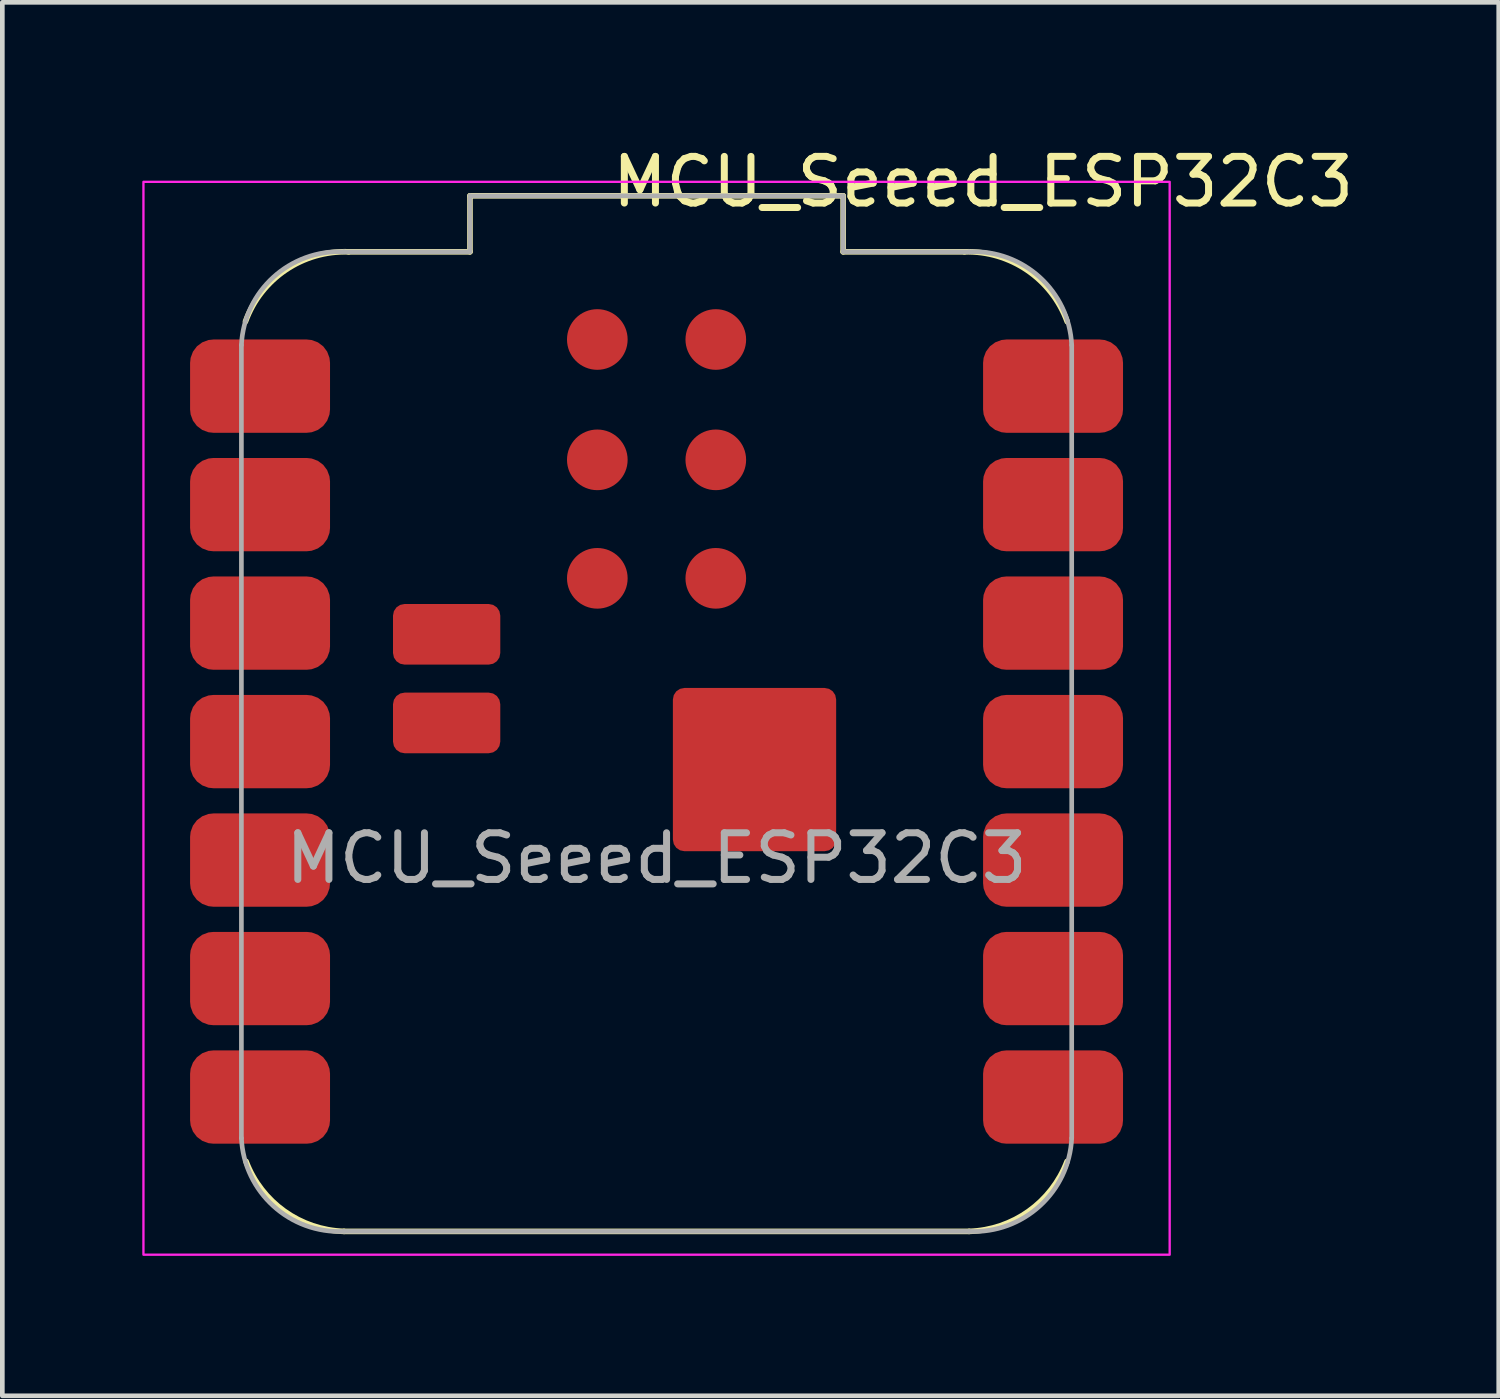
<source format=kicad_pcb>
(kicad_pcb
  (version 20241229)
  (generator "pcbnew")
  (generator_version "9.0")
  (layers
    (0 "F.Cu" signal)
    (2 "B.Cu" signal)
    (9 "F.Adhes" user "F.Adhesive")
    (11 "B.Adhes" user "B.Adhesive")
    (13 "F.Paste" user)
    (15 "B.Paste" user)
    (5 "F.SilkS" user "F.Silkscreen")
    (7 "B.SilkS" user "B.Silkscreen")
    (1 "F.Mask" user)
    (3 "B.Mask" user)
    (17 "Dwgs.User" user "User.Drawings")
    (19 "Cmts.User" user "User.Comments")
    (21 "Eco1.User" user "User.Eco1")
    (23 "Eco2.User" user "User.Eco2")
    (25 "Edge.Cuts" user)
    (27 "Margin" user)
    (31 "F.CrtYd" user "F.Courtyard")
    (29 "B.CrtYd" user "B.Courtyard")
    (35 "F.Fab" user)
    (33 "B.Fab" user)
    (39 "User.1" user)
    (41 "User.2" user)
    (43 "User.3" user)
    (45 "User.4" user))
  (footprint "MCU_Seeed_ESP32C3"
    (layer "F.Cu")
    (at 11.025 12.848)
    (property "Reference" "MCU_Seeed_ESP32C3" (at 7 -12 0) (unlocked yes) (layer "F.SilkS") (effects (font (size 1 1) (thickness 0.15))))
    (attr smd)
    (fp_line (start -6.7 10.5) (end 6.7 10.5) (stroke (width 0.12) (type default)) (layer "F.SilkS"))
    (fp_line (start -4 -11.7) (end 4 -11.7) (stroke (width 0.12) (type default)) (layer "F.SilkS"))
    (fp_line (start -4 -10.5) (end -6.6 -10.5) (stroke (width 0.12) (type default)) (layer "F.SilkS"))
    (fp_line (start -4 -10.5) (end -4 -11.7) (stroke (width 0.12) (type default)) (layer "F.SilkS"))
    (fp_line (start 4 -11.7) (end 4 -10.5) (stroke (width 0.12) (type default)) (layer "F.SilkS"))
    (fp_line (start 6.6 -10.5) (end 4 -10.5) (stroke (width 0.12) (type default)) (layer "F.SilkS"))
    (fp_arc (start -8.812892 -9.00468) (mid -7.949609 -10.111769) (end -6.600468 -10.499999) (stroke (width 0.12) (type default)) (layer "F.SilkS"))
    (fp_arc (start -6.7 10.5) (mid -7.977232 10.068125) (end -8.8 9) (stroke (width 0.12) (type default)) (layer "F.SilkS"))
    (fp_arc (start 6.6 -10.499999) (mid 7.944325 -10.107116) (end 8.804034 -9.001464) (stroke (width 0.12) (type default)) (layer "F.SilkS"))
    (fp_arc (start 8.8 9) (mid 7.977232 10.068125) (end 6.7 10.5) (stroke (width 0.12) (type default)) (layer "F.SilkS"))
    (fp_rect (start -11 -12) (end 11 11) (stroke (width 0.05) (type default)) (fill no) (layer "F.CrtYd"))
    (fp_line (start -8.9 8.5) (end -8.9 -8.5) (stroke (width 0.1) (type default)) (layer "F.Fab"))
    (fp_line (start -6.7 -10.5) (end -4 -10.5) (stroke (width 0.1) (type default)) (layer "F.Fab"))
    (fp_line (start -4 -11.7) (end 4 -11.7) (stroke (width 0.1) (type default)) (layer "F.Fab"))
    (fp_line (start -4 -10.5) (end -4 -11.7) (stroke (width 0.1) (type default)) (layer "F.Fab"))
    (fp_line (start 4 -11.7) (end 4 -10.5) (stroke (width 0.1) (type default)) (layer "F.Fab"))
    (fp_line (start 4 -10.5) (end 6.7 -10.5) (stroke (width 0.1) (type default)) (layer "F.Fab"))
    (fp_line (start 6.7 10.5) (end -6.7 10.5) (stroke (width 0.1) (type default)) (layer "F.Fab"))
    (fp_line (start 8.9 -8.5) (end 8.9 8.5) (stroke (width 0.1) (type default)) (layer "F.Fab"))
    (fp_arc (start -8.9 -8.5) (mid -8.214214 -9.955635) (end -6.7 -10.5) (stroke (width 0.1) (type default)) (layer "F.Fab"))
    (fp_arc (start -6.7 10.5) (mid -8.214214 9.955635) (end -8.9 8.5) (stroke (width 0.1) (type default)) (layer "F.Fab"))
    (fp_arc (start 6.7 -10.499999) (mid 8.214695 -9.954472) (end 8.9 -8.497676) (stroke (width 0.1) (type default)) (layer "F.Fab"))
    (fp_arc (start 8.9 8.5) (mid 8.214214 9.955635) (end 6.7 10.5) (stroke (width 0.1) (type default)) (layer "F.Fab"))
    (fp_text user "${REFERENCE}" (at 0 2.5 0) (unlocked yes) (layer "F.Fab") (effects (font (size 1 1) (thickness 0.15))))
    (pad "" smd roundrect (at 1.1 -0.4) (size 1.5 1.5) (property pad_prop_heatsink) (layers "F.Paste") (roundrect_rratio 0.167))
    (pad "" smd roundrect (at 1.1 1.6) (size 1.5 1.5) (property pad_prop_heatsink) (layers "F.Paste") (roundrect_rratio 0.167))
    (pad "" smd roundrect (at 3.1 -0.4) (size 1.5 1.5) (property pad_prop_heatsink) (layers "F.Paste") (roundrect_rratio 0.167))
    (pad "" smd roundrect (at 3.1 1.6) (size 1.5 1.5) (property pad_prop_heatsink) (layers "F.Paste") (roundrect_rratio 0.167))
    (pad "1" smd roundrect (at -8.5 -7.62) (size 3 2) (layers "F.Cu" "F.Mask" "F.Paste") (roundrect_rratio 0.25))
    (pad "2" smd roundrect (at -8.5 -5.08) (size 3 2) (layers "F.Cu" "F.Mask" "F.Paste") (roundrect_rratio 0.25))
    (pad "3" smd roundrect (at -8.5 -2.54) (size 3 2) (layers "F.Cu" "F.Mask" "F.Paste") (roundrect_rratio 0.25))
    (pad "4" smd roundrect (at -8.5 0) (size 3 2) (layers "F.Cu" "F.Mask" "F.Paste") (roundrect_rratio 0.25))
    (pad "5" smd roundrect (at -8.5 2.54) (size 3 2) (layers "F.Cu" "F.Mask" "F.Paste") (roundrect_rratio 0.25))
    (pad "6" smd roundrect (at -8.5 5.08) (size 3 2) (layers "F.Cu" "F.Mask" "F.Paste") (roundrect_rratio 0.25))
    (pad "7" smd roundrect (at -8.5 7.62) (size 3 2) (layers "F.Cu" "F.Mask" "F.Paste") (roundrect_rratio 0.25))
    (pad "8" smd roundrect (at 8.5 7.62) (size 3 2) (layers "F.Cu" "F.Mask" "F.Paste") (roundrect_rratio 0.25))
    (pad "9" smd roundrect (at 8.5 5.08) (size 3 2) (layers "F.Cu" "F.Mask" "F.Paste") (roundrect_rratio 0.25))
    (pad "10" smd roundrect (at 8.5 2.54) (size 3 2) (layers "F.Cu" "F.Mask" "F.Paste") (roundrect_rratio 0.25))
    (pad "11" smd roundrect (at 8.5 0) (size 3 2) (layers "F.Cu" "F.Mask" "F.Paste") (roundrect_rratio 0.25))
    (pad "12" smd roundrect (at 8.5 -2.54) (size 3 2) (layers "F.Cu" "F.Mask" "F.Paste") (roundrect_rratio 0.25))
    (pad "13" smd roundrect (at 8.5 -5.08) (size 3 2) (layers "F.Cu" "F.Mask" "F.Paste") (roundrect_rratio 0.25))
    (pad "14" smd roundrect (at 8.5 -7.62) (size 3 2) (layers "F.Cu" "F.Mask" "F.Paste") (roundrect_rratio 0.25))
    (pad "15" smd roundrect (at 2.1 0.6) (size 3.5 3.5) (property pad_prop_heatsink) (layers "F.Cu" "F.Mask") (roundrect_rratio 0.071))
    (pad "16" smd roundrect (at -4.5 -0.4) (size 2.3 1.3) (layers "F.Cu" "F.Mask" "F.Paste") (roundrect_rratio 0.192))
    (pad "17" smd roundrect (at -4.5 -2.3) (size 2.3 1.3) (layers "F.Cu" "F.Mask" "F.Paste") (roundrect_rratio 0.192))
    (pad "18" smd circle (at -1.27 -8.62) (size 1.3 1.3) (layers "F.Cu" "F.Mask" "F.Paste"))
    (pad "19" smd circle (at -1.27 -6.04) (size 1.3 1.3) (layers "F.Cu" "F.Mask" "F.Paste"))
    (pad "20" smd circle (at -1.27 -3.5) (size 1.3 1.3) (layers "F.Cu" "F.Mask" "F.Paste"))
    (pad "21" smd circle (at 1.27 -3.5) (size 1.3 1.3) (layers "F.Cu" "F.Mask" "F.Paste"))
    (pad "22" smd circle (at 1.27 -6.04) (size 1.3 1.3) (layers "F.Cu" "F.Mask" "F.Paste"))
    (pad "23" smd circle (at 1.27 -8.62) (size 1.3 1.3) (layers "F.Cu" "F.Mask" "F.Paste")))
  (gr_rect
    (start -3 -3)
    (end 29.079 26.873)
    (stroke (width 0.1) (type default))
    (fill no)
    (layer "Edge.Cuts")))
</source>
